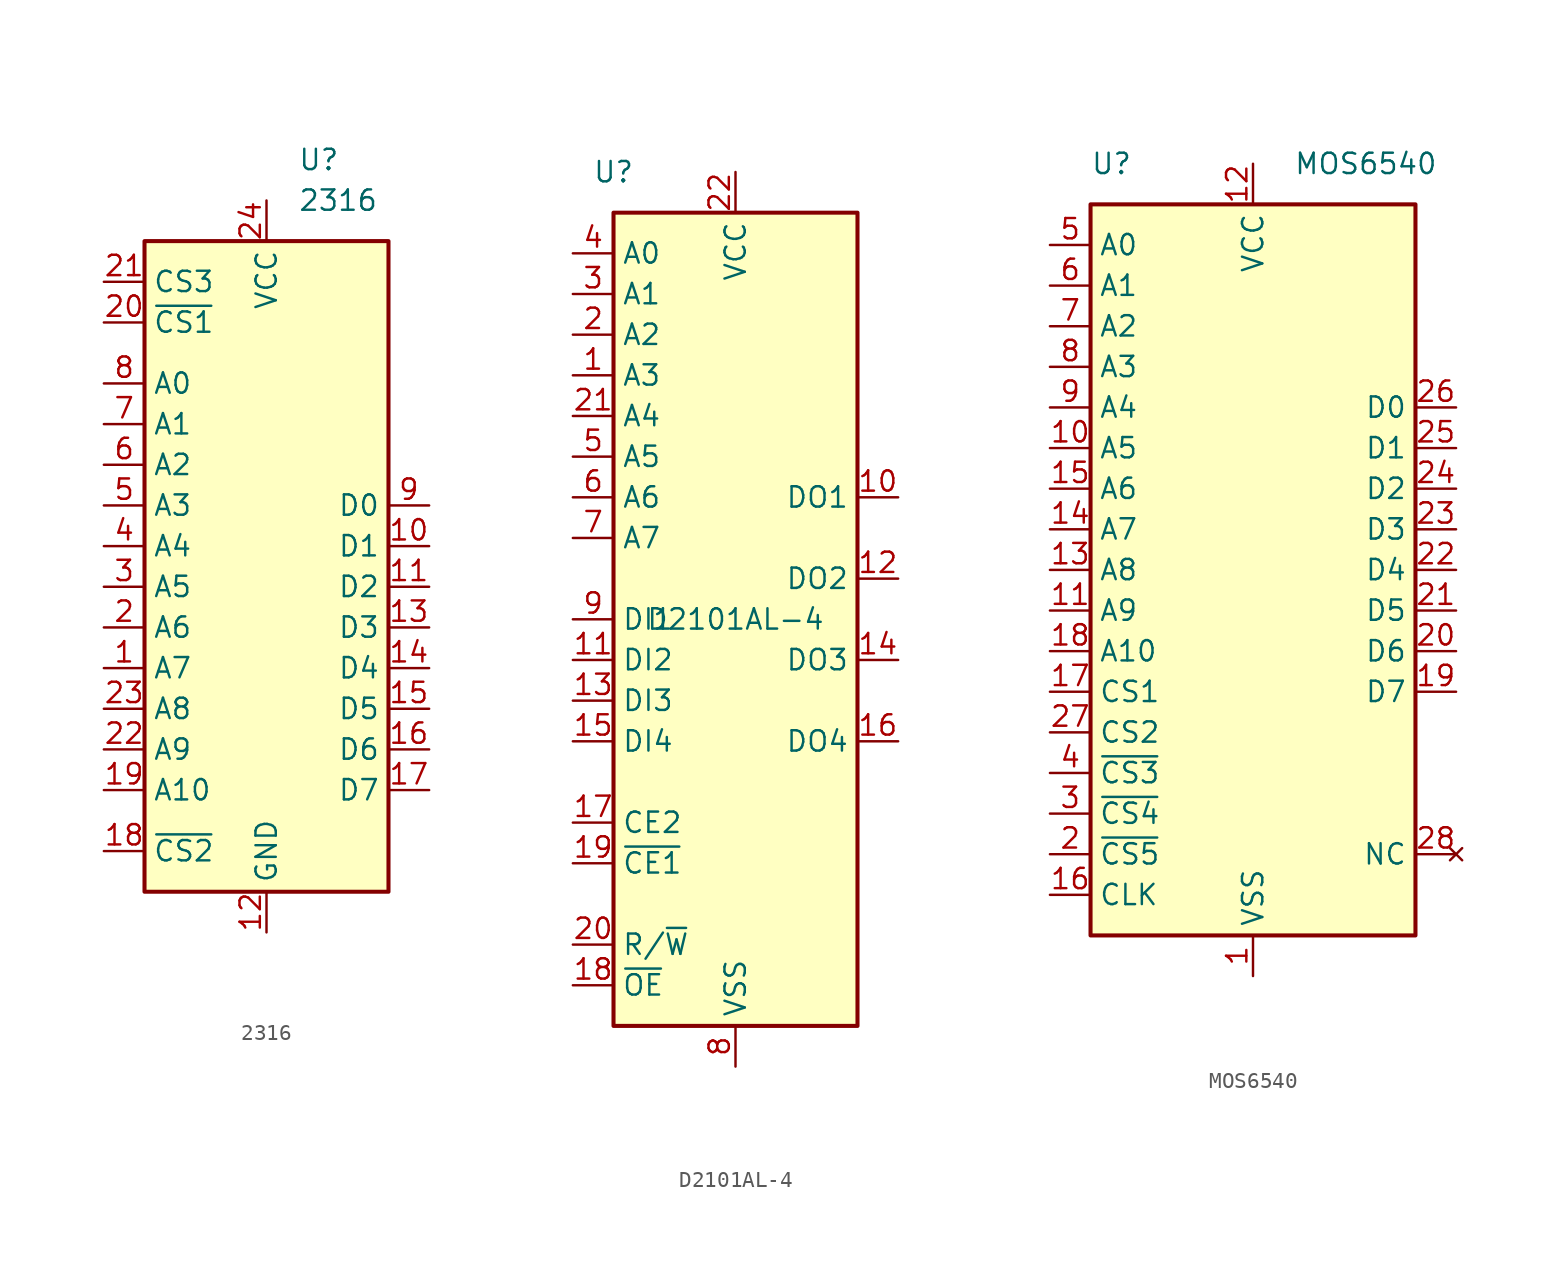
<source format=kicad_sym>
(kicad_symbol_lib
  (version 20231120)
  (generator "kicad_symbol_editor")
  (generator_version "8.0")
  (symbol "2316"
    (property "Reference" "U"
      (at 1.956 25.4 0)
      (effects (font (size 1.27 1.27)) (justify left)))
    (property "Value" "2316"
      (at 1.956 22.86 0)
      (effects (font (size 1.27 1.27)) (justify left)))
    (symbol "2316_0_1"
      (rectangle (start -7.62 20.32) (end 7.62 -20.32) (stroke (width 0.254) (type default)) (fill (type background))))
    (symbol "2316_1_1"
      (pin input line (at -10.16 -6.35 0) (length 2.54) (name "A7" (effects (font (size 1.27 1.27)))) (number "1" (effects (font (size 1.27 1.27)))))
      (pin tri_state line (at 10.16 1.27 180) (length 2.54) (name "D1" (effects (font (size 1.27 1.27)))) (number "10" (effects (font (size 1.27 1.27)))))
      (pin tri_state line (at 10.16 -1.27 180) (length 2.54) (name "D2" (effects (font (size 1.27 1.27)))) (number "11" (effects (font (size 1.27 1.27)))))
      (pin power_in line (at 0 -22.86 90) (length 2.54) (name "GND" (effects (font (size 1.27 1.27)))) (number "12" (effects (font (size 1.27 1.27)))))
      (pin tri_state line (at 10.16 -3.81 180) (length 2.54) (name "D3" (effects (font (size 1.27 1.27)))) (number "13" (effects (font (size 1.27 1.27)))))
      (pin tri_state line (at 10.16 -6.35 180) (length 2.54) (name "D4" (effects (font (size 1.27 1.27)))) (number "14" (effects (font (size 1.27 1.27)))))
      (pin tri_state line (at 10.16 -8.89 180) (length 2.54) (name "D5" (effects (font (size 1.27 1.27)))) (number "15" (effects (font (size 1.27 1.27)))))
      (pin tri_state line (at 10.16 -11.43 180) (length 2.54) (name "D6" (effects (font (size 1.27 1.27)))) (number "16" (effects (font (size 1.27 1.27)))))
      (pin tri_state line (at 10.16 -13.97 180) (length 2.54) (name "D7" (effects (font (size 1.27 1.27)))) (number "17" (effects (font (size 1.27 1.27)))))
      (pin input line (at -10.16 -17.78 0) (length 2.54) (name "~{CS2}" (effects (font (size 1.27 1.27)))) (number "18" (effects (font (size 1.27 1.27)))))
      (pin input line (at -10.16 -13.97 0) (length 2.54) (name "A10" (effects (font (size 1.27 1.27)))) (number "19" (effects (font (size 1.27 1.27)))))
      (pin input line (at -10.16 -3.81 0) (length 2.54) (name "A6" (effects (font (size 1.27 1.27)))) (number "2" (effects (font (size 1.27 1.27)))))
      (pin input line (at -10.16 15.24 0) (length 2.54) (name "~{CS1}" (effects (font (size 1.27 1.27)))) (number "20" (effects (font (size 1.27 1.27)))))
      (pin input line (at -10.16 17.78 0) (length 2.54) (name "CS3" (effects (font (size 1.27 1.27)))) (number "21" (effects (font (size 1.27 1.27)))))
      (pin input line (at -10.16 -11.43 0) (length 2.54) (name "A9" (effects (font (size 1.27 1.27)))) (number "22" (effects (font (size 1.27 1.27)))))
      (pin input line (at -10.16 -8.89 0) (length 2.54) (name "A8" (effects (font (size 1.27 1.27)))) (number "23" (effects (font (size 1.27 1.27)))))
      (pin power_in line (at 0 22.86 270) (length 2.54) (name "VCC" (effects (font (size 1.27 1.27)))) (number "24" (effects (font (size 1.27 1.27)))))
      (pin input line (at -10.16 -1.27 0) (length 2.54) (name "A5" (effects (font (size 1.27 1.27)))) (number "3" (effects (font (size 1.27 1.27)))))
      (pin input line (at -10.16 1.27 0) (length 2.54) (name "A4" (effects (font (size 1.27 1.27)))) (number "4" (effects (font (size 1.27 1.27)))))
      (pin input line (at -10.16 3.81 0) (length 2.54) (name "A3" (effects (font (size 1.27 1.27)))) (number "5" (effects (font (size 1.27 1.27)))))
      (pin input line (at -10.16 6.35 0) (length 2.54) (name "A2" (effects (font (size 1.27 1.27)))) (number "6" (effects (font (size 1.27 1.27)))))
      (pin input line (at -10.16 8.89 0) (length 2.54) (name "A1" (effects (font (size 1.27 1.27)))) (number "7" (effects (font (size 1.27 1.27)))))
      (pin input line (at -10.16 11.43 0) (length 2.54) (name "A0" (effects (font (size 1.27 1.27)))) (number "8" (effects (font (size 1.27 1.27)))))
      (pin tri_state line (at 10.16 3.81 180) (length 2.54) (name "D0" (effects (font (size 1.27 1.27)))) (number "9" (effects (font (size 1.27 1.27)))))))
  (symbol "D2101AL-4"
    (property "Reference" "U"
      (at -7.62 27.94 0)
      (effects (font (size 1.27 1.27))))
    (property "Value" "D2101AL-4"
      (at 0 0 0)
      (effects (font (size 1.27 1.27))))
    (symbol "D2101AL-4_0_0"
      (pin input line (at -10.16 15.24 0) (length 2.54) (name "A3" (effects (font (size 1.27 1.27)))) (number "1" (effects (font (size 1.27 1.27)))))
      (pin input line (at -10.16 -2.54 0) (length 2.54) (name "DI2" (effects (font (size 1.27 1.27)))) (number "11" (effects (font (size 1.27 1.27)))))
      (pin input line (at -10.16 -5.08 0) (length 2.54) (name "DI3" (effects (font (size 1.27 1.27)))) (number "13" (effects (font (size 1.27 1.27)))))
      (pin input line (at -10.16 -7.62 0) (length 2.54) (name "DI4" (effects (font (size 1.27 1.27)))) (number "15" (effects (font (size 1.27 1.27)))))
      (pin input line (at -10.16 -12.7 0) (length 2.54) (name "CE2" (effects (font (size 1.27 1.27)))) (number "17" (effects (font (size 1.27 1.27)))))
      (pin input line (at -10.16 -15.24 0) (length 2.54) (name "~{CE1}" (effects (font (size 1.27 1.27)))) (number "19" (effects (font (size 1.27 1.27)))))
      (pin input line (at -10.16 17.78 0) (length 2.54) (name "A2" (effects (font (size 1.27 1.27)))) (number "2" (effects (font (size 1.27 1.27)))))
      (pin input line (at -10.16 12.7 0) (length 2.54) (name "A4" (effects (font (size 1.27 1.27)))) (number "21" (effects (font (size 1.27 1.27)))))
      (pin power_in line (at 0 27.94 270) (length 2.54) (name "VCC" (effects (font (size 1.27 1.27)))) (number "22" (effects (font (size 1.27 1.27)))))
      (pin input line (at -10.16 20.32 0) (length 2.54) (name "A1" (effects (font (size 1.27 1.27)))) (number "3" (effects (font (size 1.27 1.27)))))
      (pin input line (at -10.16 22.86 0) (length 2.54) (name "A0" (effects (font (size 1.27 1.27)))) (number "4" (effects (font (size 1.27 1.27)))))
      (pin input line (at -10.16 10.16 0) (length 2.54) (name "A5" (effects (font (size 1.27 1.27)))) (number "5" (effects (font (size 1.27 1.27)))))
      (pin input line (at -10.16 7.62 0) (length 2.54) (name "A6" (effects (font (size 1.27 1.27)))) (number "6" (effects (font (size 1.27 1.27)))))
      (pin input line (at -10.16 5.08 0) (length 2.54) (name "A7" (effects (font (size 1.27 1.27)))) (number "7" (effects (font (size 1.27 1.27)))))
      (pin power_in line (at 0 -27.94 90) (length 2.54) (name "VSS" (effects (font (size 1.27 1.27)))) (number "8" (effects (font (size 1.27 1.27)))))
      (pin input line (at -10.16 0 0) (length 2.54) (name "DI1" (effects (font (size 1.27 1.27)))) (number "9" (effects (font (size 1.27 1.27))))))
    (symbol "D2101AL-4_1_0"
      (pin tri_state line (at 10.16 7.62 180) (length 2.54) (name "DO1" (effects (font (size 1.27 1.27)))) (number "10" (effects (font (size 1.27 1.27)))))
      (pin tri_state line (at 10.16 2.54 180) (length 2.54) (name "DO2" (effects (font (size 1.27 1.27)))) (number "12" (effects (font (size 1.27 1.27)))))
      (pin tri_state line (at 10.16 -2.54 180) (length 2.54) (name "DO3" (effects (font (size 1.27 1.27)))) (number "14" (effects (font (size 1.27 1.27)))))
      (pin tri_state line (at 10.16 -7.62 180) (length 2.54) (name "DO4" (effects (font (size 1.27 1.27)))) (number "16" (effects (font (size 1.27 1.27)))))
      (pin input line (at -10.16 -22.86 0) (length 2.54) (name "~{OE}" (effects (font (size 1.27 1.27)))) (number "18" (effects (font (size 1.27 1.27)))))
      (pin input line (at -10.16 -20.32 0) (length 2.54) (name "R/~{W}" (effects (font (size 1.27 1.27)))) (number "20" (effects (font (size 1.27 1.27))))))
    (symbol "D2101AL-4_1_1"
      (rectangle (start -7.62 25.4) (end 7.62 -25.4) (stroke (width 0.254) (type default)) (fill (type background)))))
  (symbol "MOS6540"
    (property "Reference" "U"
      (at -10.16 25.4 0)
      (effects (font (size 1.27 1.27)) (justify left)))
    (property "Value" "MOS6540"
      (at 2.54 25.4 0)
      (effects (font (size 1.27 1.27)) (justify left)))
    (symbol "MOS6540_0_0"
      (pin output line (at -12.7 7.62 0) (length 2.54) (name "A5" (effects (font (size 1.27 1.27)))) (number "10" (effects (font (size 1.27 1.27)))))
      (pin output line (at -12.7 -2.54 0) (length 2.54) (name "A9" (effects (font (size 1.27 1.27)))) (number "11" (effects (font (size 1.27 1.27)))))
      (pin power_in line (at 0 25.4 270) (length 2.54) (name "VCC" (effects (font (size 1.27 1.27)))) (number "12" (effects (font (size 1.27 1.27)))))
      (pin output line (at -12.7 0 0) (length 2.54) (name "A8" (effects (font (size 1.27 1.27)))) (number "13" (effects (font (size 1.27 1.27)))))
      (pin output line (at -12.7 2.54 0) (length 2.54) (name "A7" (effects (font (size 1.27 1.27)))) (number "14" (effects (font (size 1.27 1.27)))))
      (pin output line (at -12.7 5.08 0) (length 2.54) (name "A6" (effects (font (size 1.27 1.27)))) (number "15" (effects (font (size 1.27 1.27)))))
      (pin output line (at -12.7 -5.08 0) (length 2.54) (name "A10" (effects (font (size 1.27 1.27)))) (number "18" (effects (font (size 1.27 1.27)))))
      (pin bidirectional line (at 12.7 -7.62 180) (length 2.54) (name "D7" (effects (font (size 1.27 1.27)))) (number "19" (effects (font (size 1.27 1.27)))))
      (pin bidirectional line (at 12.7 -5.08 180) (length 2.54) (name "D6" (effects (font (size 1.27 1.27)))) (number "20" (effects (font (size 1.27 1.27)))))
      (pin bidirectional line (at 12.7 -2.54 180) (length 2.54) (name "D5" (effects (font (size 1.27 1.27)))) (number "21" (effects (font (size 1.27 1.27)))))
      (pin bidirectional line (at 12.7 0 180) (length 2.54) (name "D4" (effects (font (size 1.27 1.27)))) (number "22" (effects (font (size 1.27 1.27)))))
      (pin bidirectional line (at 12.7 2.54 180) (length 2.54) (name "D3" (effects (font (size 1.27 1.27)))) (number "23" (effects (font (size 1.27 1.27)))))
      (pin bidirectional line (at 12.7 7.62 180) (length 2.54) (name "D1" (effects (font (size 1.27 1.27)))) (number "25" (effects (font (size 1.27 1.27)))))
      (pin no_connect line (at 12.7 -17.78 180) (length 2.54) (name "NC" (effects (font (size 1.27 1.27)))) (number "28" (effects (font (size 1.27 1.27)))))
      (pin output line (at -12.7 20.32 0) (length 2.54) (name "A0" (effects (font (size 1.27 1.27)))) (number "5" (effects (font (size 1.27 1.27)))))
      (pin output line (at -12.7 17.78 0) (length 2.54) (name "A1" (effects (font (size 1.27 1.27)))) (number "6" (effects (font (size 1.27 1.27)))))
      (pin output line (at -12.7 15.24 0) (length 2.54) (name "A2" (effects (font (size 1.27 1.27)))) (number "7" (effects (font (size 1.27 1.27)))))
      (pin output line (at -12.7 12.7 0) (length 2.54) (name "A3" (effects (font (size 1.27 1.27)))) (number "8" (effects (font (size 1.27 1.27)))))
      (pin output line (at -12.7 10.16 0) (length 2.54) (name "A4" (effects (font (size 1.27 1.27)))) (number "9" (effects (font (size 1.27 1.27))))))
    (symbol "MOS6540_1_0"
      (pin power_in line (at 0 -25.4 90) (length 2.54) (name "VSS" (effects (font (size 1.27 1.27)))) (number "1" (effects (font (size 1.27 1.27)))))
      (pin output line (at -12.7 -20.32 0) (length 2.54) (name "CLK" (effects (font (size 1.27 1.27)))) (number "16" (effects (font (size 1.27 1.27)))))
      (pin power_in line (at -12.7 -7.62 0) (length 2.54) (name "CS1" (effects (font (size 1.27 1.27)))) (number "17" (effects (font (size 1.27 1.27)))))
      (pin power_in line (at -12.7 -17.78 0) (length 2.54) (name "~{CS5}" (effects (font (size 1.27 1.27)))) (number "2" (effects (font (size 1.27 1.27)))))
      (pin bidirectional line (at 12.7 5.08 180) (length 2.54) (name "D2" (effects (font (size 1.27 1.27)))) (number "24" (effects (font (size 1.27 1.27)))))
      (pin bidirectional line (at 12.7 10.16 180) (length 2.54) (name "D0" (effects (font (size 1.27 1.27)))) (number "26" (effects (font (size 1.27 1.27)))))
      (pin power_in line (at -12.7 -10.16 0) (length 2.54) (name "CS2" (effects (font (size 1.27 1.27)))) (number "27" (effects (font (size 1.27 1.27)))))
      (pin power_in line (at -12.7 -15.24 0) (length 2.54) (name "~{CS4}" (effects (font (size 1.27 1.27)))) (number "3" (effects (font (size 1.27 1.27)))))
      (pin power_in line (at -12.7 -12.7 0) (length 2.54) (name "~{CS3}" (effects (font (size 1.27 1.27)))) (number "4" (effects (font (size 1.27 1.27))))))
    (symbol "MOS6540_1_1"
      (rectangle (start -10.16 22.86) (end 10.16 -22.86) (stroke (width 0.254) (type default)) (fill (type background))))))
</source>
